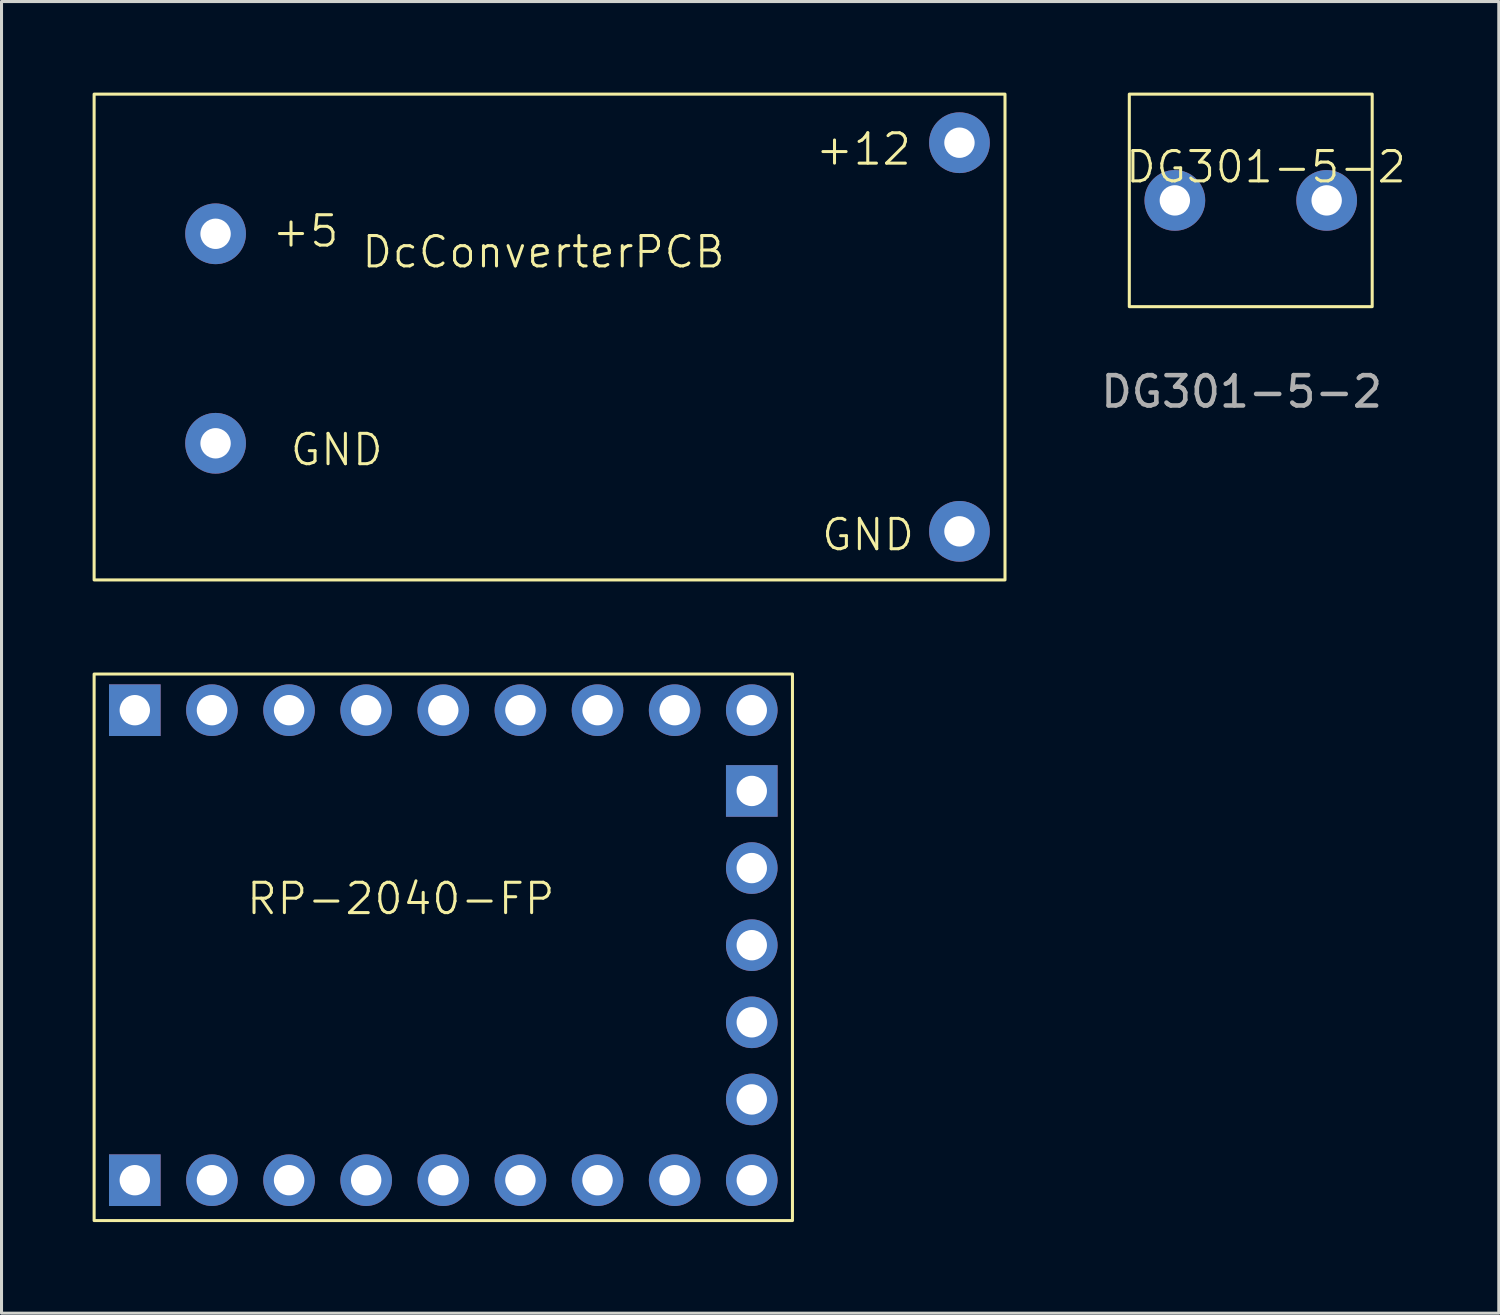
<source format=kicad_pcb>
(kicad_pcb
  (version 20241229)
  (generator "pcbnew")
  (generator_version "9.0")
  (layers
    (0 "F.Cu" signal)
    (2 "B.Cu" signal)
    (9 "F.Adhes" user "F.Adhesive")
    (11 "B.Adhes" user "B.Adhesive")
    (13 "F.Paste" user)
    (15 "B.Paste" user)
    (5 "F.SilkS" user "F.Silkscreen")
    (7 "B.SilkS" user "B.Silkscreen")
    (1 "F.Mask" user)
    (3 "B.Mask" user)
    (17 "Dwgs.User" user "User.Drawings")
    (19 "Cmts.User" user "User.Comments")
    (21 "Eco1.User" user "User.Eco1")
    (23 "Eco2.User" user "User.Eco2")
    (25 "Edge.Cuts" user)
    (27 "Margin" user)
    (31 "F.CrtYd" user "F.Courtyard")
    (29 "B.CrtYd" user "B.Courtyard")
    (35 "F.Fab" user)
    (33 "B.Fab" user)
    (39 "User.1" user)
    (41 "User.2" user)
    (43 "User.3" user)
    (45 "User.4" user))
  (footprint "DG301-5-2"
    (layer "F.Cu")
    (at 38.144 3.35)
    (property "Reference" "DG301-5-2" (at 0.5 -0.9 0) (unlocked yes) (layer "F.SilkS") (effects (font (size 1 1) (thickness 0.1))))
    (attr through_hole)
    (fp_rect (start -4 3.7) (end 4 -3.3) (stroke (width 0.1) (type default)) (fill no) (layer "F.SilkS"))
    (fp_text user "${REFERENCE}" (at -0.3 6.5 0) (unlocked yes) (layer "F.Fab") (effects (font (size 1 1) (thickness 0.15))))
    (pad "1" thru_hole circle (at -2.5 0.2) (size 2 2) (drill 1) (layers "*.Cu" "*.Mask"))
    (pad "2" thru_hole circle (at 2.5 0.2) (size 2 2) (drill 1) (layers "*.Cu" "*.Mask")))
  (footprint "DcConverterPCB"
    (layer "F.Cu")
    (at 14.95 6.35)
    (property "Reference" "DcConverterPCB" (at -0.1 -1.1 0) (unlocked yes) (layer "F.SilkS") (effects (font (size 1 1) (thickness 0.1))))
    (attr through_hole)
    (fp_rect (start -14.9 -6.3) (end 15.1 9.7) (stroke (width 0.1) (type default)) (fill no) (layer "F.SilkS"))
    (fp_text user "+5" (at -9.1 -1.2 0) (unlocked yes) (layer "F.SilkS") (effects (font (size 1 1) (thickness 0.1)) (justify left bottom)))
    (fp_text user "GND" (at 9 8.8 0) (unlocked yes) (layer "F.SilkS") (effects (font (size 1 1) (thickness 0.1)) (justify left bottom)))
    (fp_text user "GND" (at -8.5 6 0) (unlocked yes) (layer "F.SilkS") (effects (font (size 1 1) (thickness 0.1)) (justify left bottom)))
    (fp_text user "+12" (at 8.8 -3.9 0) (unlocked yes) (layer "F.SilkS") (effects (font (size 1 1) (thickness 0.1)) (justify left bottom)))
    (pad "1" thru_hole circle (at -10.9 5.2) (size 2 2) (drill 1) (layers "*.Cu" "*.Mask"))
    (pad "2" thru_hole circle (at 13.6 8.1) (size 2 2) (drill 1) (layers "*.Cu" "*.Mask"))
    (pad "3" thru_hole circle (at 13.6 -4.7) (size 2 2) (drill 1) (layers "*.Cu" "*.Mask"))
    (pad "4" thru_hole circle (at -10.9 -1.7) (size 2 2) (drill 1) (layers "*.Cu" "*.Mask")))
  (footprint "RP-2040-FP"
    (layer "F.Cu")
    (at 11.65 28.45)
    (property "Reference" "RP-2040-FP" (at -1.5 -1.9 0) (unlocked yes) (layer "F.SilkS") (effects (font (size 1 1) (thickness 0.1))))
    (attr through_hole)
    (fp_rect (start 11.4 8.7) (end -11.6 -9.3) (stroke (width 0.1) (type default)) (fill no) (layer "F.SilkS"))
    (pad "1" thru_hole rect (at -10.26 7.37 90) (size 1.7 1.7) (drill 1) (layers "*.Cu" "*.Mask"))
    (pad "2" thru_hole oval (at -7.72 7.37 90) (size 1.7 1.7) (drill 1) (layers "*.Cu" "*.Mask"))
    (pad "3" thru_hole oval (at -5.18 7.37 90) (size 1.7 1.7) (drill 1) (layers "*.Cu" "*.Mask"))
    (pad "4" thru_hole oval (at -2.64 7.37 90) (size 1.7 1.7) (drill 1) (layers "*.Cu" "*.Mask"))
    (pad "5" thru_hole oval (at -0.1 7.37 90) (size 1.7 1.7) (drill 1) (layers "*.Cu" "*.Mask"))
    (pad "6" thru_hole oval (at 2.44 7.37 90) (size 1.7 1.7) (drill 1) (layers "*.Cu" "*.Mask"))
    (pad "7" thru_hole oval (at 4.98 7.37 90) (size 1.7 1.7) (drill 1) (layers "*.Cu" "*.Mask"))
    (pad "8" thru_hole oval (at 7.52 7.37 90) (size 1.7 1.7) (drill 1) (layers "*.Cu" "*.Mask"))
    (pad "9" thru_hole oval (at 10.06 7.37 90) (size 1.7 1.7) (drill 1) (layers "*.Cu" "*.Mask"))
    (pad "10" thru_hole oval (at 10.06 4.71) (size 1.7 1.7) (drill 1) (layers "*.Cu" "*.Mask"))
    (pad "11" thru_hole oval (at 10.06 2.17) (size 1.7 1.7) (drill 1) (layers "*.Cu" "*.Mask"))
    (pad "12" thru_hole oval (at 10.06 -0.37) (size 1.7 1.7) (drill 1) (layers "*.Cu" "*.Mask"))
    (pad "13" thru_hole oval (at 10.06 -2.91) (size 1.7 1.7) (drill 1) (layers "*.Cu" "*.Mask"))
    (pad "14" thru_hole rect (at 10.06 -5.45) (size 1.7 1.7) (drill 1) (layers "*.Cu" "*.Mask"))
    (pad "15" thru_hole oval (at 10.06 -8.11 90) (size 1.7 1.7) (drill 1) (layers "*.Cu" "*.Mask"))
    (pad "16" thru_hole oval (at 7.52 -8.11 90) (size 1.7 1.7) (drill 1) (layers "*.Cu" "*.Mask"))
    (pad "17" thru_hole oval (at 4.98 -8.11 90) (size 1.7 1.7) (drill 1) (layers "*.Cu" "*.Mask"))
    (pad "18" thru_hole oval (at 2.44 -8.11 90) (size 1.7 1.7) (drill 1) (layers "*.Cu" "*.Mask"))
    (pad "19" thru_hole oval (at -0.1 -8.11 90) (size 1.7 1.7) (drill 1) (layers "*.Cu" "*.Mask"))
    (pad "20" thru_hole oval (at -2.64 -8.11 90) (size 1.7 1.7) (drill 1) (layers "*.Cu" "*.Mask"))
    (pad "21" thru_hole oval (at -5.18 -8.11 90) (size 1.7 1.7) (drill 1) (layers "*.Cu" "*.Mask"))
    (pad "22" thru_hole oval (at -7.72 -8.11 90) (size 1.7 1.7) (drill 1) (layers "*.Cu" "*.Mask"))
    (pad "23" thru_hole rect (at -10.26 -8.11 90) (size 1.7 1.7) (drill 1) (layers "*.Cu" "*.Mask")))
  (gr_rect
    (start -3 -3)
    (end 46.313 40.2)
    (stroke (width 0.1) (type default))
    (fill no)
    (layer "Edge.Cuts")))
</source>
